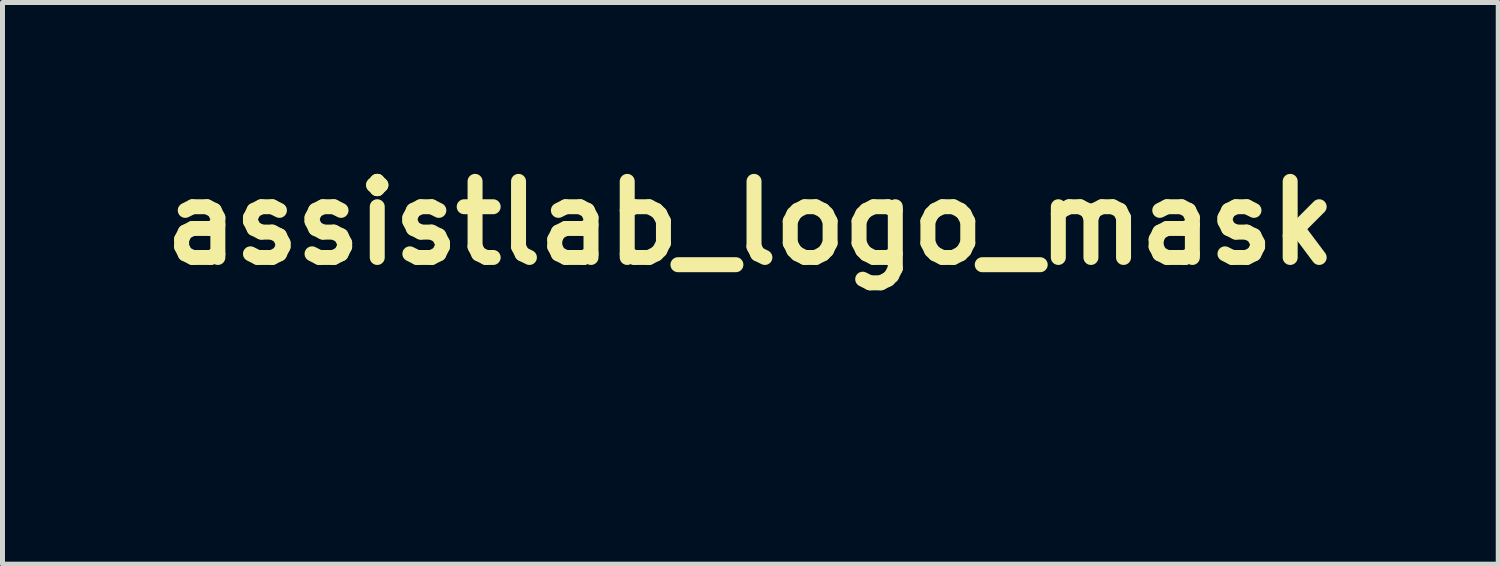
<source format=kicad_pcb>
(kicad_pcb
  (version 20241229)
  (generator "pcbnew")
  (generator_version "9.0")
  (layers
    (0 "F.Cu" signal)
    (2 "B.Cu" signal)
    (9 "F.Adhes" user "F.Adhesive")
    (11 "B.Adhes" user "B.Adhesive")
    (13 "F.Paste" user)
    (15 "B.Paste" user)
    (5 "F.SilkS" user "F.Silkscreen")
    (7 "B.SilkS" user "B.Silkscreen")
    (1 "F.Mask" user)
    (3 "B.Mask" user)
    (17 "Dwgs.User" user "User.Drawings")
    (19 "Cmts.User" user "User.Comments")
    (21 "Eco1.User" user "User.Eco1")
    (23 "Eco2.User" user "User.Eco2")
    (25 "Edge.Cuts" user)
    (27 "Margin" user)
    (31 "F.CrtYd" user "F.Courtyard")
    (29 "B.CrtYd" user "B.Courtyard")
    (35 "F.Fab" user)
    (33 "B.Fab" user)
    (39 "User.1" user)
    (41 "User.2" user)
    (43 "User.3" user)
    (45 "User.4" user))
  (footprint "assistlab_logo_mask"
    (layer "F.Cu")
    (at 10.732 3.668)
    (property "Reference" "assistlab_logo_mask" (at 1.25 -2.25 0) (layer "F.SilkS") (effects (font (size 1.524 1.524) (thickness 0.3))))
    (attr through_hole)
    (fp_poly (pts (xy 0.176 1.169) (xy 0 1.169) (xy 0 0.044) (xy 0.176 0.044) (xy 0.176 1.169)) (stroke (width 0.01) (type solid)) (fill yes) (layer "F.Mask"))
    (fp_poly (pts (xy 1.433 0.066) (xy 1.83 0.066) (xy 1.83 0.243) (xy 1.433 0.243) (xy 1.434 0.513) (xy 1.435 0.629) (xy 1.438 0.711) (xy 1.445 0.766) (xy 1.457 0.804) (xy 1.475 0.833) (xy 1.478 0.838) (xy 1.522 0.893) (xy 1.6 0.806) (xy 1.677 0.719) (xy 1.815 0.857) (xy 1.665 1.024) (xy 1.602 1.093) (xy 1.551 1.149) (xy 1.518 1.183) (xy 1.509 1.191) (xy 1.493 1.174) (xy 1.457 1.13) (xy 1.407 1.066) (xy 1.368 1.016) (xy 1.235 0.84) (xy 1.235 0.243) (xy 1.169 0.243) (xy 1.126 0.239) (xy 1.107 0.22) (xy 1.103 0.173) (xy 1.102 0.154) (xy 1.105 0.098) (xy 1.119 0.073) (xy 1.154 0.066) (xy 1.169 0.066) (xy 1.206 0.064) (xy 1.226 0.051) (xy 1.234 0.015) (xy 1.235 -0.053) (xy 1.235 -0.176) (xy 1.433 -0.176) (xy 1.433 0.066)) (stroke (width 0.01) (type solid)) (fill yes) (layer "F.Mask"))
    (fp_poly (pts (xy 1.036 0.236) (xy 0.921 0.25) (xy 0.825 0.259) (xy 0.721 0.264) (xy 0.684 0.265) (xy 0.609 0.269) (xy 0.564 0.282) (xy 0.531 0.309) (xy 0.521 0.323) (xy 0.494 0.364) (xy 0.494 0.393) (xy 0.52 0.434) (xy 0.523 0.438) (xy 0.547 0.465) (xy 0.574 0.483) (xy 0.615 0.493) (xy 0.681 0.499) (xy 0.774 0.503) (xy 0.981 0.51) (xy 1.087 0.652) (xy 1.138 0.723) (xy 1.178 0.781) (xy 1.201 0.818) (xy 1.203 0.822) (xy 1.195 0.851) (xy 1.163 0.903) (xy 1.114 0.97) (xy 1.091 0.998) (xy 0.969 1.147) (xy 0.375 1.147) (xy 0.375 0.948) (xy 0.625 0.948) (xy 0.734 0.948) (xy 0.808 0.945) (xy 0.856 0.938) (xy 0.888 0.926) (xy 0.913 0.906) (xy 0.925 0.894) (xy 0.975 0.841) (xy 0.927 0.773) (xy 0.903 0.742) (xy 0.879 0.722) (xy 0.844 0.711) (xy 0.788 0.707) (xy 0.7 0.706) (xy 0.674 0.706) (xy 0.469 0.706) (xy 0.373 0.569) (xy 0.323 0.499) (xy 0.283 0.442) (xy 0.26 0.407) (xy 0.258 0.404) (xy 0.262 0.371) (xy 0.295 0.309) (xy 0.356 0.223) (xy 0.357 0.221) (xy 0.473 0.066) (xy 1.036 0.066) (xy 1.036 0.236)) (stroke (width 0.01) (type solid)) (fill yes) (layer "F.Mask"))
    (fp_poly (pts (xy -1.843 -2.152) (xy -1.826 -2.112) (xy -1.803 -2.039) (xy -1.773 -1.929) (xy -1.753 -1.849) (xy -1.724 -1.737) (xy -1.685 -1.594) (xy -1.641 -1.432) (xy -1.594 -1.262) (xy -1.548 -1.096) (xy -1.537 -1.058) (xy -1.492 -0.901) (xy -1.457 -0.781) (xy -1.43 -0.693) (xy -1.409 -0.633) (xy -1.392 -0.596) (xy -1.377 -0.576) (xy -1.362 -0.569) (xy -1.344 -0.569) (xy -1.343 -0.569) (xy -1.318 -0.573) (xy -1.278 -0.58) (xy -1.22 -0.592) (xy -1.139 -0.609) (xy -1.031 -0.632) (xy -0.892 -0.662) (xy -0.717 -0.7) (xy -0.546 -0.738) (xy -0.434 -0.763) (xy -0.293 -0.793) (xy -0.14 -0.826) (xy 0.01 -0.859) (xy 0.066 -0.871) (xy 0.794 -0.871) (xy 0.805 -0.86) (xy 0.816 -0.871) (xy 0.805 -0.882) (xy 0.794 -0.871) (xy 0.066 -0.871) (xy 0.449 -0.954) (xy 0.801 -1.031) (xy 1.135 -1.105) (xy 1.179 -1.115) (xy 1.285 -1.139) (xy 1.356 -1.152) (xy 1.4 -1.156) (xy 1.427 -1.152) (xy 1.443 -1.14) (xy 1.45 -1.132) (xy 1.476 -1.081) (xy 1.471 -1.038) (xy 1.429 -0.997) (xy 1.348 -0.954) (xy 1.339 -0.95) (xy 1.286 -0.925) (xy 1.2 -0.884) (xy 1.085 -0.829) (xy 0.948 -0.762) (xy 0.796 -0.688) (xy 0.633 -0.608) (xy 0.529 -0.557) (xy 0.355 -0.471) (xy 0.181 -0.386) (xy 0.014 -0.304) (xy -0.139 -0.229) (xy -0.27 -0.164) (xy -0.372 -0.114) (xy -0.408 -0.096) (xy -0.672 0.033) (xy -0.446 0.039) (xy -0.22 0.046) (xy -0.22 0.243) (xy -0.45 0.243) (xy -0.553 0.243) (xy -0.622 0.246) (xy -0.665 0.253) (xy -0.692 0.267) (xy -0.714 0.289) (xy -0.727 0.308) (xy -0.774 0.374) (xy -0.725 0.44) (xy -0.7 0.472) (xy -0.675 0.491) (xy -0.639 0.502) (xy -0.581 0.506) (xy -0.492 0.507) (xy -0.472 0.507) (xy -0.269 0.507) (xy -0.156 0.659) (xy -0.105 0.729) (xy -0.067 0.786) (xy -0.046 0.82) (xy -0.044 0.826) (xy -0.057 0.849) (xy -0.092 0.897) (xy -0.142 0.96) (xy -0.16 0.982) (xy -0.276 1.124) (xy -0.579 1.124) (xy -0.882 1.124) (xy -0.882 0.948) (xy -0.378 0.948) (xy -0.331 0.883) (xy -0.284 0.817) (xy -0.334 0.75) (xy -0.359 0.719) (xy -0.384 0.699) (xy -0.42 0.689) (xy -0.477 0.684) (xy -0.566 0.684) (xy -0.586 0.684) (xy -0.79 0.684) (xy -0.904 0.529) (xy -1.019 0.374) (xy -0.958 0.285) (xy -0.919 0.231) (xy -0.887 0.194) (xy -0.878 0.185) (xy -0.86 0.156) (xy -0.86 0.153) (xy -0.877 0.147) (xy -0.917 0.157) (xy -0.967 0.177) (xy -1.01 0.2) (xy -1.032 0.221) (xy -1.033 0.222) (xy -1.058 0.24) (xy -1.077 0.243) (xy -1.131 0.251) (xy -1.157 0.28) (xy -1.157 0.336) (xy -1.145 0.394) (xy -1.126 0.457) (xy -1.108 0.498) (xy -1.099 0.507) (xy -1.079 0.524) (xy -1.04 0.568) (xy -0.988 0.631) (xy -0.962 0.666) (xy -0.841 0.825) (xy -0.973 0.991) (xy -0.904 1.218) (xy -0.873 1.319) (xy -0.845 1.41) (xy -0.823 1.479) (xy -0.814 1.508) (xy -0.801 1.555) (xy -0.799 1.578) (xy -0.799 1.578) (xy -0.82 1.571) (xy -0.866 1.548) (xy -0.904 1.527) (xy -0.981 1.484) (xy -1.056 1.441) (xy -1.08 1.427) (xy -1.148 1.388) (xy -1.228 1.344) (xy -1.257 1.328) (xy -1.318 1.293) (xy -1.364 1.265) (xy -1.378 1.256) (xy -1.419 1.229) (xy -1.479 1.195) (xy -1.543 1.162) (xy -1.597 1.136) (xy -1.605 1.133) (xy -1.277 1.133) (xy -1.253 1.149) (xy -1.207 1.176) (xy -1.152 1.206) (xy -1.102 1.233) (xy -1.07 1.248) (xy -1.066 1.249) (xy -1.067 1.228) (xy -1.074 1.185) (xy -1.085 1.148) (xy -1.109 1.13) (xy -1.159 1.125) (xy -1.186 1.124) (xy -1.243 1.126) (xy -1.275 1.13) (xy -1.277 1.133) (xy -1.605 1.133) (xy -1.628 1.125) (xy -1.629 1.124) (xy -1.659 1.111) (xy -1.703 1.077) (xy -1.711 1.069) (xy -1.755 1.033) (xy -1.787 1.015) (xy -1.79 1.014) (xy -1.818 1.003) (xy -1.87 0.974) (xy -1.931 0.937) (xy -1.994 0.897) (xy -2.043 0.87) (xy -2.064 0.86) (xy -2.089 0.848) (xy -2.132 0.82) (xy -2.136 0.818) (xy -2.195 0.776) (xy -2.349 0.861) (xy -2.412 0.895) (xy -2.502 0.942) (xy -2.611 0.998) (xy -2.736 1.061) (xy -2.87 1.128) (xy -3.007 1.196) (xy -3.141 1.263) (xy -3.268 1.325) (xy -3.38 1.379) (xy -3.473 1.424) (xy -3.541 1.456) (xy -3.578 1.472) (xy -3.583 1.473) (xy -3.575 1.452) (xy -3.551 1.396) (xy -3.512 1.311) (xy -3.46 1.201) (xy -3.399 1.071) (xy -3.382 1.035) (xy -3.095 1.035) (xy -3.094 1.036) (xy -3.069 1.026) (xy -3.012 1.001) (xy -2.927 0.962) (xy -2.824 0.913) (xy -2.717 0.862) (xy -2.371 0.695) (xy -2.019 0.695) (xy -1.89 0.777) (xy -1.824 0.819) (xy -1.773 0.848) (xy -1.747 0.86) (xy -1.746 0.86) (xy -1.72 0.873) (xy -1.677 0.903) (xy -1.676 0.904) (xy -1.642 0.925) (xy -1.597 0.938) (xy -1.533 0.945) (xy -1.437 0.947) (xy -1.408 0.948) (xy -1.29 0.945) (xy -1.213 0.937) (xy -1.176 0.922) (xy -1.175 0.921) (xy -1.167 0.877) (xy -1.181 0.8) (xy -1.185 0.788) (xy -1.215 0.684) (xy -1.407 0.683) (xy -1.599 0.683) (xy -1.698 0.537) (xy -1.858 0.616) (xy -2.019 0.695) (xy -2.371 0.695) (xy -2.358 0.688) (xy -2.486 0.614) (xy -2.554 0.575) (xy -2.608 0.545) (xy -2.635 0.532) (xy -2.667 0.514) (xy -2.715 0.482) (xy -2.719 0.479) (xy -2.766 0.455) (xy -2.798 0.453) (xy -2.8 0.455) (xy -2.82 0.484) (xy -2.853 0.542) (xy -2.894 0.619) (xy -2.941 0.707) (xy -2.987 0.799) (xy -3.03 0.886) (xy -3.065 0.959) (xy -3.088 1.012) (xy -3.095 1.035) (xy -3.382 1.035) (xy -3.33 0.926) (xy -3.308 0.878) (xy -3.226 0.706) (xy -3.161 0.569) (xy -3.114 0.464) (xy -3.081 0.386) (xy -3.062 0.333) (xy -3.054 0.3) (xy -3.055 0.292) (xy -2.719 0.292) (xy -2.666 0.333) (xy -2.624 0.362) (xy -2.598 0.374) (xy -2.574 0.385) (xy -2.521 0.414) (xy -2.449 0.455) (xy -2.4 0.484) (xy -2.319 0.531) (xy -2.253 0.568) (xy -2.209 0.591) (xy -2.198 0.595) (xy -2.172 0.586) (xy -2.115 0.561) (xy -2.039 0.526) (xy -1.987 0.501) (xy -1.925 0.469) (xy -1.511 0.469) (xy -1.49 0.492) (xy -1.428 0.505) (xy -1.384 0.507) (xy -1.319 0.506) (xy -1.289 0.498) (xy -1.283 0.478) (xy -1.289 0.446) (xy -1.306 0.393) (xy -1.331 0.372) (xy -1.375 0.379) (xy -1.427 0.4) (xy -1.49 0.437) (xy -1.511 0.469) (xy -1.925 0.469) (xy -1.898 0.454) (xy -1.835 0.415) (xy -1.804 0.387) (xy -1.803 0.379) (xy -1.795 0.35) (xy -1.765 0.296) (xy -1.737 0.254) (xy -1.499 0.254) (xy -1.488 0.265) (xy -1.477 0.254) (xy -1.488 0.243) (xy -1.499 0.254) (xy -1.737 0.254) (xy -1.72 0.229) (xy -1.71 0.215) (xy -1.653 0.142) (xy -1.607 0.097) (xy -1.561 0.07) (xy -1.504 0.052) (xy -1.4 0.027) (xy -1.492 0.025) (xy -1.584 0.022) (xy -1.611 -0.097) (xy -1.629 -0.169) (xy -1.646 -0.224) (xy -1.655 -0.244) (xy -1.671 -0.252) (xy -1.71 -0.252) (xy -1.776 -0.242) (xy -1.873 -0.223) (xy -2.006 -0.193) (xy -2.065 -0.18) (xy -2.191 -0.15) (xy -2.303 -0.125) (xy -2.392 -0.105) (xy -2.453 -0.092) (xy -2.477 -0.088) (xy -2.486 -0.105) (xy -2.482 -0.127) (xy -2.473 -0.157) (xy -2.481 -0.151) (xy -2.505 -0.115) (xy -2.542 -0.051) (xy -2.588 0.036) (xy -2.614 0.085) (xy -2.719 0.292) (xy -3.055 0.292) (xy -3.057 0.282) (xy -3.062 0.278) (xy -3.101 0.261) (xy -3.161 0.228) (xy -3.197 0.207) (xy -3.28 0.159) (xy -3.369 0.108) (xy -3.395 0.093) (xy -3.471 0.049) (xy -3.512 0.024) (xy -3.207 0.024) (xy -3.178 0.044) (xy -3.173 0.044) (xy -3.142 0.056) (xy -3.092 0.085) (xy -3.069 0.099) (xy -3.018 0.133) (xy -2.982 0.152) (xy -2.976 0.154) (xy -2.96 0.136) (xy -2.933 0.09) (xy -2.914 0.052) (xy -2.888 -0.007) (xy -2.875 -0.049) (xy -2.875 -0.06) (xy -2.901 -0.063) (xy -2.955 -0.055) (xy -3.023 -0.041) (xy -3.094 -0.023) (xy -3.157 -0.004) (xy -3.198 0.013) (xy -3.207 0.024) (xy -3.512 0.024) (xy -3.545 0.003) (xy -3.568 -0.012) (xy -3.64 -0.061) (xy -3.479 -0.098) (xy -3.39 -0.118) (xy -3.275 -0.143) (xy -3.149 -0.17) (xy -3.054 -0.191) (xy -2.951 -0.213) (xy -2.864 -0.234) (xy -2.802 -0.251) (xy -2.774 -0.261) (xy -2.773 -0.261) (xy -2.762 -0.283) (xy -2.734 -0.339) (xy -2.725 -0.357) (xy -2.382 -0.357) (xy -2.266 -0.386) (xy -2.221 -0.397) (xy -1.698 -0.397) (xy -1.69 -0.379) (xy -1.683 -0.382) (xy -1.681 -0.407) (xy -1.341 -0.407) (xy -1.338 -0.385) (xy -1.326 -0.329) (xy -1.305 -0.249) (xy -1.286 -0.179) (xy -1.224 0.044) (xy -1.14 0.044) (xy -1.096 0.038) (xy -1.031 0.017) (xy -0.94 -0.019) (xy -0.82 -0.072) (xy -0.667 -0.144) (xy -0.612 -0.171) (xy -0.431 -0.259) (xy -0.249 -0.348) (xy -0.069 -0.436) (xy 0.103 -0.521) (xy 0.265 -0.601) (xy 0.411 -0.674) (xy 0.538 -0.738) (xy 0.641 -0.79) (xy 0.717 -0.829) (xy 0.76 -0.853) (xy 0.768 -0.859) (xy 0.743 -0.855) (xy 0.682 -0.843) (xy 0.597 -0.826) (xy 0.495 -0.804) (xy 0.493 -0.804) (xy 0.162 -0.733) (xy -0.132 -0.669) (xy -0.394 -0.612) (xy -0.629 -0.561) (xy -0.672 -0.551) (xy -0.803 -0.523) (xy -0.935 -0.494) (xy -1.056 -0.469) (xy -1.149 -0.449) (xy -1.158 -0.448) (xy -1.24 -0.431) (xy -1.304 -0.417) (xy -1.338 -0.408) (xy -1.341 -0.407) (xy -1.681 -0.407) (xy -1.68 -0.408) (xy -1.683 -0.412) (xy -1.696 -0.409) (xy -1.698 -0.397) (xy -2.221 -0.397) (xy -2.188 -0.405) (xy -2.086 -0.427) (xy -1.979 -0.449) (xy -1.96 -0.453) (xy -1.871 -0.471) (xy -1.798 -0.489) (xy -1.752 -0.502) (xy -1.744 -0.506) (xy -1.737 -0.526) (xy -1.741 -0.575) (xy -1.756 -0.655) (xy -1.784 -0.772) (xy -1.807 -0.861) (xy -1.895 -1.2) (xy -1.844 -1.289) (xy -1.815 -1.348) (xy -1.802 -1.395) (xy -1.803 -1.408) (xy -1.807 -1.414) (xy -1.814 -1.411) (xy -1.827 -1.396) (xy -1.846 -1.365) (xy -1.875 -1.316) (xy -1.914 -1.244) (xy -1.967 -1.147) (xy -2.034 -1.02) (xy -2.118 -0.86) (xy -2.207 -0.691) (xy -2.382 -0.357) (xy -2.725 -0.357) (xy -2.691 -0.426) (xy -2.636 -0.538) (xy -2.572 -0.671) (xy -2.5 -0.82) (xy -2.423 -0.98) (xy -2.342 -1.147) (xy -2.262 -1.315) (xy -2.182 -1.481) (xy -2.107 -1.638) (xy -2.038 -1.783) (xy -1.978 -1.91) (xy -1.928 -2.015) (xy -1.891 -2.094) (xy -1.87 -2.14) (xy -1.866 -2.15) (xy -1.856 -2.164) (xy -1.843 -2.152)) (stroke (width 0.01) (type solid)) (fill yes) (layer "F.Mask")))
  (gr_rect
    (start -3 -3)
    (end 26.963 8.251)
    (stroke (width 0.1) (type default))
    (fill no)
    (layer "Edge.Cuts")))
</source>
